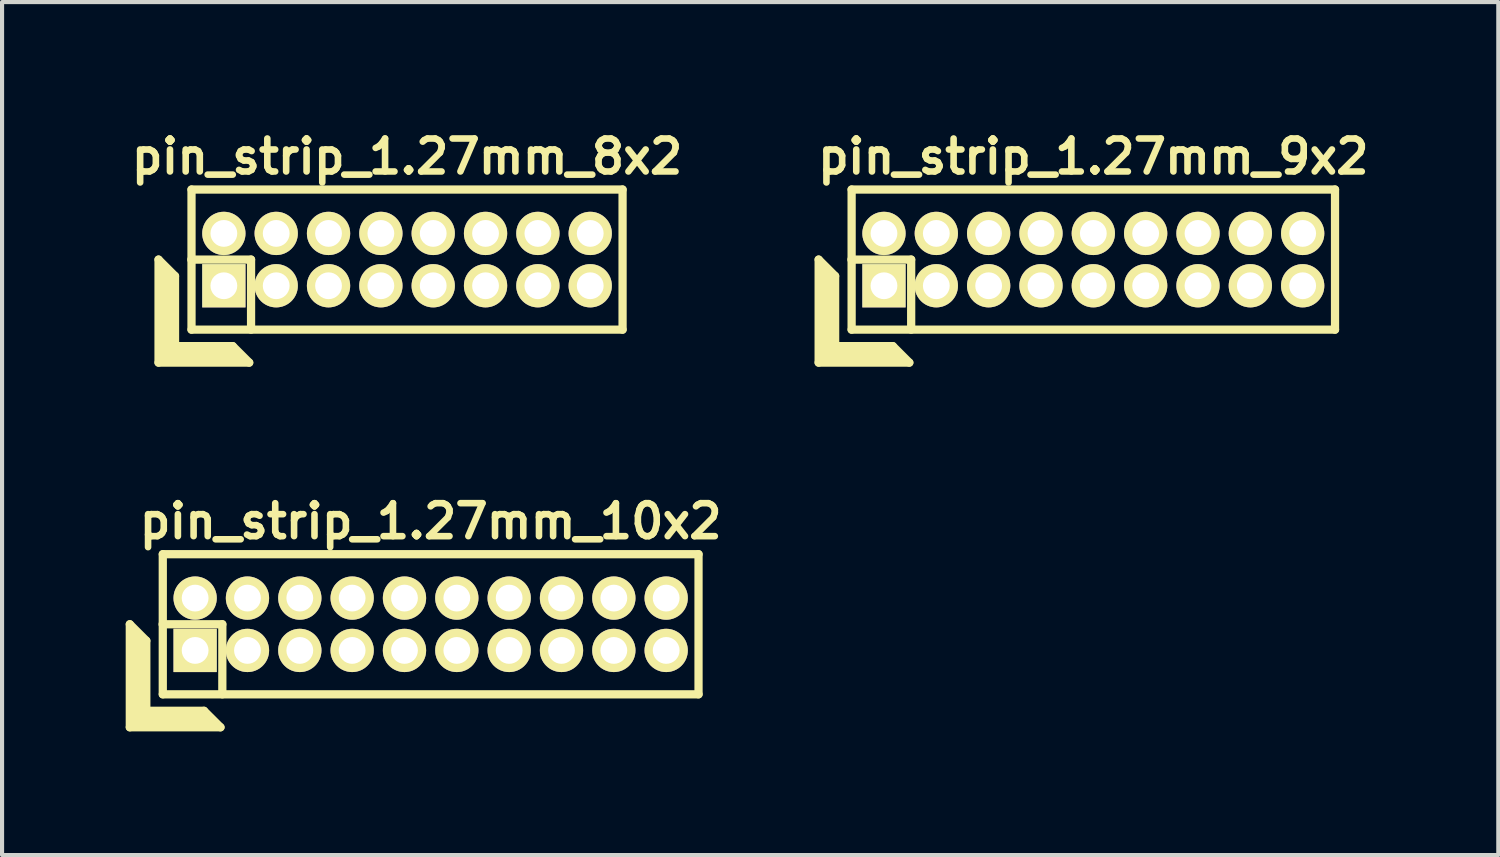
<source format=kicad_pcb>
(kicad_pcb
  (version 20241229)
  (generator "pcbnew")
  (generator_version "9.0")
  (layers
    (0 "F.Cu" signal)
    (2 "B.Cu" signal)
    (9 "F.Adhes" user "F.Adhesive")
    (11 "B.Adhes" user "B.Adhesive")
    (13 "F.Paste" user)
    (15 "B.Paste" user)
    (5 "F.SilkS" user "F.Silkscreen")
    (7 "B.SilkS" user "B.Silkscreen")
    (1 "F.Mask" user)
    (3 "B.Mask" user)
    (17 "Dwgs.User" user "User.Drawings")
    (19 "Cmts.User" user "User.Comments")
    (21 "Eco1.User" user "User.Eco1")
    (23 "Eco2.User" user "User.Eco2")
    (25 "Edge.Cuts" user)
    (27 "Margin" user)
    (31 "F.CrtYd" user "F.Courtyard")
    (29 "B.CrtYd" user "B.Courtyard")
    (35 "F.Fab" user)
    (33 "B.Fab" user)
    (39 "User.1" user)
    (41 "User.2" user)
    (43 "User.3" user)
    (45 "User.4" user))
  (footprint "pin_strip_1.27mm_9x2"
    (layer "F.Cu")
    (at 23.48 3.249)
    (property "Reference" "pin_strip_1.27mm_9x2" (at 0 -2.5 0) (layer "F.SilkS") (effects (font (size 0.8 0.8) (thickness 0.16))))
    (attr through_hole)
    (fp_line (start -6.665 0) (end -6.665 2.5) (stroke (width 0.2) (type solid)) (layer "F.SilkS"))
    (fp_line (start -6.665 0) (end -6.265 0.4) (stroke (width 0.2) (type solid)) (layer "F.SilkS"))
    (fp_line (start -6.665 2.5) (end -4.465 2.5) (stroke (width 0.2) (type solid)) (layer "F.SilkS"))
    (fp_line (start -6.565 2.4) (end -6.565 0.2) (stroke (width 0.2) (type solid)) (layer "F.SilkS"))
    (fp_line (start -6.565 2.4) (end -4.665 2.4) (stroke (width 0.2) (type solid)) (layer "F.SilkS"))
    (fp_line (start -6.465 2.3) (end -6.465 0.3) (stroke (width 0.2) (type solid)) (layer "F.SilkS"))
    (fp_line (start -6.465 2.3) (end -4.765 2.3) (stroke (width 0.2) (type solid)) (layer "F.SilkS"))
    (fp_line (start -6.365 2.2) (end -6.365 0.4) (stroke (width 0.2) (type solid)) (layer "F.SilkS"))
    (fp_line (start -6.365 2.2) (end -4.865 2.2) (stroke (width 0.2) (type solid)) (layer "F.SilkS"))
    (fp_line (start -6.265 2.1) (end -6.265 0.4) (stroke (width 0.2) (type solid)) (layer "F.SilkS"))
    (fp_line (start -6.265 2.1) (end -4.865 2.1) (stroke (width 0.2) (type solid)) (layer "F.SilkS"))
    (fp_line (start -5.87 0) (end -4.42 0) (stroke (width 0.2) (type solid)) (layer "F.SilkS"))
    (fp_line (start -5.865 -1.7) (end 5.865 -1.7) (stroke (width 0.2) (type solid)) (layer "F.SilkS"))
    (fp_line (start -5.865 1.7) (end -5.865 -1.7) (stroke (width 0.2) (type solid)) (layer "F.SilkS"))
    (fp_line (start -4.865 2.1) (end -4.465 2.5) (stroke (width 0.2) (type solid)) (layer "F.SilkS"))
    (fp_line (start -4.42 0) (end -4.42 1.7) (stroke (width 0.2) (type solid)) (layer "F.SilkS"))
    (fp_line (start 5.865 -1.7) (end 5.865 1.7) (stroke (width 0.2) (type solid)) (layer "F.SilkS"))
    (fp_line (start 5.865 1.7) (end -5.865 1.7) (stroke (width 0.2) (type solid)) (layer "F.SilkS"))
    (pad "1" thru_hole rect (at -5.08 0.635) (size 1.05 1.05) (drill 0.65) (layers "*.Cu" "*.Mask" "F.SilkS"))
    (pad "2" thru_hole oval (at -5.08 -0.635) (size 1.05 1.05) (drill 0.65) (layers "*.Cu" "*.Mask" "F.SilkS"))
    (pad "3" thru_hole oval (at -3.81 0.635) (size 1.05 1.05) (drill 0.65) (layers "*.Cu" "*.Mask" "F.SilkS"))
    (pad "4" thru_hole oval (at -3.81 -0.635) (size 1.05 1.05) (drill 0.65) (layers "*.Cu" "*.Mask" "F.SilkS"))
    (pad "5" thru_hole oval (at -2.54 0.635) (size 1.05 1.05) (drill 0.65) (layers "*.Cu" "*.Mask" "F.SilkS"))
    (pad "6" thru_hole oval (at -2.54 -0.635) (size 1.05 1.05) (drill 0.65) (layers "*.Cu" "*.Mask" "F.SilkS"))
    (pad "7" thru_hole oval (at -1.27 0.635) (size 1.05 1.05) (drill 0.65) (layers "*.Cu" "*.Mask" "F.SilkS"))
    (pad "8" thru_hole oval (at -1.27 -0.635) (size 1.05 1.05) (drill 0.65) (layers "*.Cu" "*.Mask" "F.SilkS"))
    (pad "9" thru_hole oval (at 0 0.635) (size 1.05 1.05) (drill 0.65) (layers "*.Cu" "*.Mask" "F.SilkS"))
    (pad "10" thru_hole oval (at 0 -0.635) (size 1.05 1.05) (drill 0.65) (layers "*.Cu" "*.Mask" "F.SilkS"))
    (pad "11" thru_hole oval (at 1.27 0.635) (size 1.05 1.05) (drill 0.65) (layers "*.Cu" "*.Mask" "F.SilkS"))
    (pad "12" thru_hole oval (at 1.27 -0.635) (size 1.05 1.05) (drill 0.65) (layers "*.Cu" "*.Mask" "F.SilkS"))
    (pad "13" thru_hole oval (at 2.54 0.635) (size 1.05 1.05) (drill 0.65) (layers "*.Cu" "*.Mask" "F.SilkS"))
    (pad "14" thru_hole oval (at 2.54 -0.635) (size 1.05 1.05) (drill 0.65) (layers "*.Cu" "*.Mask" "F.SilkS"))
    (pad "15" thru_hole oval (at 3.81 0.635) (size 1.05 1.05) (drill 0.65) (layers "*.Cu" "*.Mask" "F.SilkS"))
    (pad "16" thru_hole oval (at 3.81 -0.635) (size 1.05 1.05) (drill 0.65) (layers "*.Cu" "*.Mask" "F.SilkS"))
    (pad "17" thru_hole oval (at 5.08 0.635) (size 1.05 1.05) (drill 0.65) (layers "*.Cu" "*.Mask" "F.SilkS"))
    (pad "18" thru_hole oval (at 5.08 -0.635) (size 1.05 1.05) (drill 0.65) (layers "*.Cu" "*.Mask" "F.SilkS")))
  (footprint "pin_strip_1.27mm_10x2"
    (layer "F.Cu")
    (at 7.4 12.098)
    (property "Reference" "pin_strip_1.27mm_10x2" (at 0 -2.5 0) (layer "F.SilkS") (effects (font (size 0.8 0.8) (thickness 0.16))))
    (attr through_hole)
    (fp_line (start -7.3 0) (end -7.3 2.5) (stroke (width 0.2) (type solid)) (layer "F.SilkS"))
    (fp_line (start -7.3 0) (end -6.9 0.4) (stroke (width 0.2) (type solid)) (layer "F.SilkS"))
    (fp_line (start -7.3 2.5) (end -5.1 2.5) (stroke (width 0.2) (type solid)) (layer "F.SilkS"))
    (fp_line (start -7.2 2.4) (end -7.2 0.2) (stroke (width 0.2) (type solid)) (layer "F.SilkS"))
    (fp_line (start -7.2 2.4) (end -5.3 2.4) (stroke (width 0.2) (type solid)) (layer "F.SilkS"))
    (fp_line (start -7.1 2.3) (end -7.1 0.3) (stroke (width 0.2) (type solid)) (layer "F.SilkS"))
    (fp_line (start -7.1 2.3) (end -5.4 2.3) (stroke (width 0.2) (type solid)) (layer "F.SilkS"))
    (fp_line (start -7 2.2) (end -7 0.4) (stroke (width 0.2) (type solid)) (layer "F.SilkS"))
    (fp_line (start -7 2.2) (end -5.5 2.2) (stroke (width 0.2) (type solid)) (layer "F.SilkS"))
    (fp_line (start -6.9 2.1) (end -6.9 0.4) (stroke (width 0.2) (type solid)) (layer "F.SilkS"))
    (fp_line (start -6.9 2.1) (end -5.5 2.1) (stroke (width 0.2) (type solid)) (layer "F.SilkS"))
    (fp_line (start -6.505 0) (end -5.055 0) (stroke (width 0.2) (type solid)) (layer "F.SilkS"))
    (fp_line (start -6.5 -1.7) (end 6.5 -1.7) (stroke (width 0.2) (type solid)) (layer "F.SilkS"))
    (fp_line (start -6.5 1.7) (end -6.5 -1.7) (stroke (width 0.2) (type solid)) (layer "F.SilkS"))
    (fp_line (start -5.5 2.1) (end -5.1 2.5) (stroke (width 0.2) (type solid)) (layer "F.SilkS"))
    (fp_line (start -5.055 0) (end -5.055 1.7) (stroke (width 0.2) (type solid)) (layer "F.SilkS"))
    (fp_line (start 6.5 -1.7) (end 6.5 1.7) (stroke (width 0.2) (type solid)) (layer "F.SilkS"))
    (fp_line (start 6.5 1.7) (end -6.5 1.7) (stroke (width 0.2) (type solid)) (layer "F.SilkS"))
    (pad "1" thru_hole rect (at -5.715 0.635) (size 1.05 1.05) (drill 0.65) (layers "*.Cu" "*.Mask" "F.SilkS"))
    (pad "2" thru_hole oval (at -5.715 -0.635) (size 1.05 1.05) (drill 0.65) (layers "*.Cu" "*.Mask" "F.SilkS"))
    (pad "3" thru_hole oval (at -4.445 0.635) (size 1.05 1.05) (drill 0.65) (layers "*.Cu" "*.Mask" "F.SilkS"))
    (pad "4" thru_hole oval (at -4.445 -0.635) (size 1.05 1.05) (drill 0.65) (layers "*.Cu" "*.Mask" "F.SilkS"))
    (pad "5" thru_hole oval (at -3.175 0.635) (size 1.05 1.05) (drill 0.65) (layers "*.Cu" "*.Mask" "F.SilkS"))
    (pad "6" thru_hole oval (at -3.175 -0.635) (size 1.05 1.05) (drill 0.65) (layers "*.Cu" "*.Mask" "F.SilkS"))
    (pad "7" thru_hole oval (at -1.905 0.635) (size 1.05 1.05) (drill 0.65) (layers "*.Cu" "*.Mask" "F.SilkS"))
    (pad "8" thru_hole oval (at -1.905 -0.635) (size 1.05 1.05) (drill 0.65) (layers "*.Cu" "*.Mask" "F.SilkS"))
    (pad "9" thru_hole oval (at -0.635 0.635) (size 1.05 1.05) (drill 0.65) (layers "*.Cu" "*.Mask" "F.SilkS"))
    (pad "10" thru_hole oval (at -0.635 -0.635) (size 1.05 1.05) (drill 0.65) (layers "*.Cu" "*.Mask" "F.SilkS"))
    (pad "11" thru_hole oval (at 0.635 0.635) (size 1.05 1.05) (drill 0.65) (layers "*.Cu" "*.Mask" "F.SilkS"))
    (pad "12" thru_hole oval (at 0.635 -0.635) (size 1.05 1.05) (drill 0.65) (layers "*.Cu" "*.Mask" "F.SilkS"))
    (pad "13" thru_hole oval (at 1.905 0.635) (size 1.05 1.05) (drill 0.65) (layers "*.Cu" "*.Mask" "F.SilkS"))
    (pad "14" thru_hole oval (at 1.905 -0.635) (size 1.05 1.05) (drill 0.65) (layers "*.Cu" "*.Mask" "F.SilkS"))
    (pad "15" thru_hole oval (at 3.175 0.635) (size 1.05 1.05) (drill 0.65) (layers "*.Cu" "*.Mask" "F.SilkS"))
    (pad "16" thru_hole oval (at 3.175 -0.635) (size 1.05 1.05) (drill 0.65) (layers "*.Cu" "*.Mask" "F.SilkS"))
    (pad "17" thru_hole oval (at 4.445 0.635) (size 1.05 1.05) (drill 0.65) (layers "*.Cu" "*.Mask" "F.SilkS"))
    (pad "18" thru_hole oval (at 4.445 -0.635) (size 1.05 1.05) (drill 0.65) (layers "*.Cu" "*.Mask" "F.SilkS"))
    (pad "19" thru_hole oval (at 5.715 0.635) (size 1.05 1.05) (drill 0.65) (layers "*.Cu" "*.Mask" "F.SilkS"))
    (pad "20" thru_hole oval (at 5.715 -0.635) (size 1.05 1.05) (drill 0.65) (layers "*.Cu" "*.Mask" "F.SilkS")))
  (footprint "pin_strip_1.27mm_8x2"
    (layer "F.Cu")
    (at 6.827 3.249)
    (property "Reference" "pin_strip_1.27mm_8x2" (at 0 -2.5 0) (layer "F.SilkS") (effects (font (size 0.8 0.8) (thickness 0.16))))
    (attr through_hole)
    (fp_line (start -6.03 0) (end -6.03 2.5) (stroke (width 0.2) (type solid)) (layer "F.SilkS"))
    (fp_line (start -6.03 0) (end -5.63 0.4) (stroke (width 0.2) (type solid)) (layer "F.SilkS"))
    (fp_line (start -6.03 2.5) (end -3.83 2.5) (stroke (width 0.2) (type solid)) (layer "F.SilkS"))
    (fp_line (start -5.93 2.4) (end -5.93 0.2) (stroke (width 0.2) (type solid)) (layer "F.SilkS"))
    (fp_line (start -5.93 2.4) (end -4.03 2.4) (stroke (width 0.2) (type solid)) (layer "F.SilkS"))
    (fp_line (start -5.83 2.3) (end -5.83 0.3) (stroke (width 0.2) (type solid)) (layer "F.SilkS"))
    (fp_line (start -5.83 2.3) (end -4.13 2.3) (stroke (width 0.2) (type solid)) (layer "F.SilkS"))
    (fp_line (start -5.73 2.2) (end -5.73 0.4) (stroke (width 0.2) (type solid)) (layer "F.SilkS"))
    (fp_line (start -5.73 2.2) (end -4.23 2.2) (stroke (width 0.2) (type solid)) (layer "F.SilkS"))
    (fp_line (start -5.63 2.1) (end -5.63 0.4) (stroke (width 0.2) (type solid)) (layer "F.SilkS"))
    (fp_line (start -5.63 2.1) (end -4.23 2.1) (stroke (width 0.2) (type solid)) (layer "F.SilkS"))
    (fp_line (start -5.235 0) (end -3.785 0) (stroke (width 0.2) (type solid)) (layer "F.SilkS"))
    (fp_line (start -5.23 -1.7) (end 5.23 -1.7) (stroke (width 0.2) (type solid)) (layer "F.SilkS"))
    (fp_line (start -5.23 1.7) (end -5.23 -1.7) (stroke (width 0.2) (type solid)) (layer "F.SilkS"))
    (fp_line (start -4.23 2.1) (end -3.83 2.5) (stroke (width 0.2) (type solid)) (layer "F.SilkS"))
    (fp_line (start -3.785 0) (end -3.785 1.7) (stroke (width 0.2) (type solid)) (layer "F.SilkS"))
    (fp_line (start 5.23 -1.7) (end 5.23 1.7) (stroke (width 0.2) (type solid)) (layer "F.SilkS"))
    (fp_line (start 5.23 1.7) (end -5.23 1.7) (stroke (width 0.2) (type solid)) (layer "F.SilkS"))
    (pad "1" thru_hole rect (at -4.445 0.635) (size 1.05 1.05) (drill 0.65) (layers "*.Cu" "*.Mask" "F.SilkS"))
    (pad "2" thru_hole oval (at -4.445 -0.635) (size 1.05 1.05) (drill 0.65) (layers "*.Cu" "*.Mask" "F.SilkS"))
    (pad "3" thru_hole oval (at -3.175 0.635) (size 1.05 1.05) (drill 0.65) (layers "*.Cu" "*.Mask" "F.SilkS"))
    (pad "4" thru_hole oval (at -3.175 -0.635) (size 1.05 1.05) (drill 0.65) (layers "*.Cu" "*.Mask" "F.SilkS"))
    (pad "5" thru_hole oval (at -1.905 0.635) (size 1.05 1.05) (drill 0.65) (layers "*.Cu" "*.Mask" "F.SilkS"))
    (pad "6" thru_hole oval (at -1.905 -0.635) (size 1.05 1.05) (drill 0.65) (layers "*.Cu" "*.Mask" "F.SilkS"))
    (pad "7" thru_hole oval (at -0.635 0.635) (size 1.05 1.05) (drill 0.65) (layers "*.Cu" "*.Mask" "F.SilkS"))
    (pad "8" thru_hole oval (at -0.635 -0.635) (size 1.05 1.05) (drill 0.65) (layers "*.Cu" "*.Mask" "F.SilkS"))
    (pad "9" thru_hole oval (at 0.635 0.635) (size 1.05 1.05) (drill 0.65) (layers "*.Cu" "*.Mask" "F.SilkS"))
    (pad "10" thru_hole oval (at 0.635 -0.635) (size 1.05 1.05) (drill 0.65) (layers "*.Cu" "*.Mask" "F.SilkS"))
    (pad "11" thru_hole oval (at 1.905 0.635) (size 1.05 1.05) (drill 0.65) (layers "*.Cu" "*.Mask" "F.SilkS"))
    (pad "12" thru_hole oval (at 1.905 -0.635) (size 1.05 1.05) (drill 0.65) (layers "*.Cu" "*.Mask" "F.SilkS"))
    (pad "13" thru_hole oval (at 3.175 0.635) (size 1.05 1.05) (drill 0.65) (layers "*.Cu" "*.Mask" "F.SilkS"))
    (pad "14" thru_hole oval (at 3.175 -0.635) (size 1.05 1.05) (drill 0.65) (layers "*.Cu" "*.Mask" "F.SilkS"))
    (pad "15" thru_hole oval (at 4.445 0.635) (size 1.05 1.05) (drill 0.65) (layers "*.Cu" "*.Mask" "F.SilkS"))
    (pad "16" thru_hole oval (at 4.445 -0.635) (size 1.05 1.05) (drill 0.65) (layers "*.Cu" "*.Mask" "F.SilkS")))
  (gr_rect
    (start -3 -3)
    (end 33.307 17.698)
    (stroke (width 0.1) (type default))
    (fill no)
    (layer "Edge.Cuts")))
</source>
